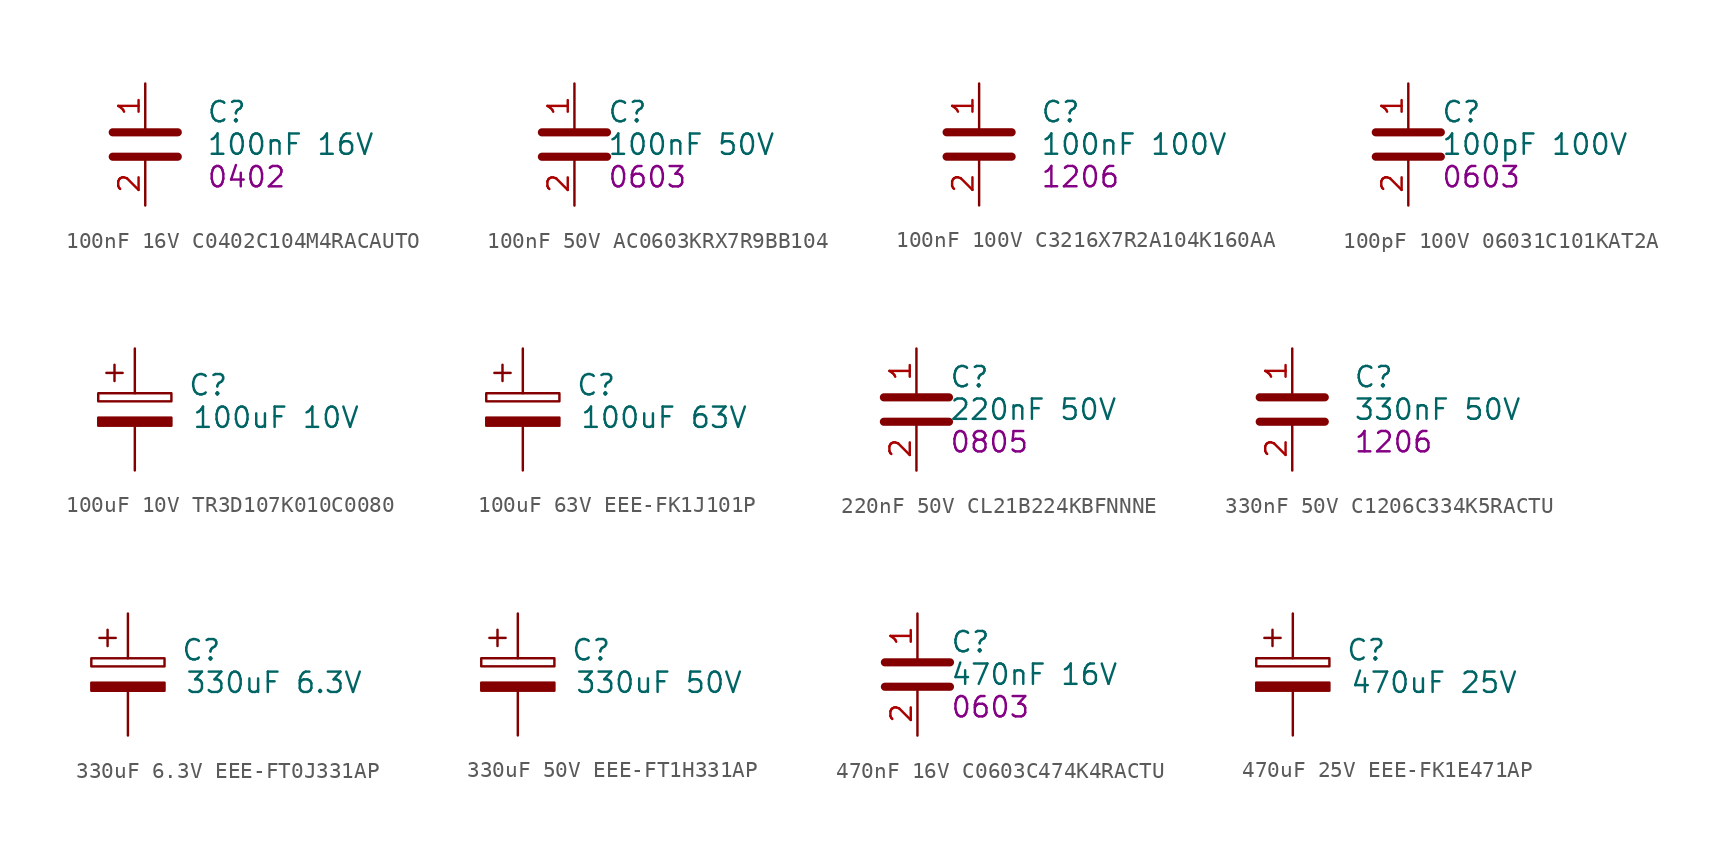
<source format=kicad_sym>
(kicad_symbol_lib
  (version 20241209)
  (generator "dmtdb")
  (generator_version "1.0")
  (symbol "100nF 16V C0402C104M4RACAUTO"
    (property "Reference" "C"
      (at 3.81 2.032 0)
      (effects (font (size 1.27 1.27)) (justify left)))
    (property "Value" "100nF 16V"
      (at 3.81 0 0)
      (effects (font (size 1.27 1.27)) (justify left)))
    (property "FOOTPRINT_SHORT" "0402"
      (at 3.81 -2.032 0)
      (effects (font (size 1.27 1.27)) (justify left)))
    (symbol "100nF 16V C0402C104M4RACAUTO_0_1"
      (polyline (pts (xy -2.032 0.762) (xy 2.032 0.762)) (stroke (width 0.508) (type default)) (fill (type none)))
      (polyline (pts (xy -2.032 -0.762) (xy 2.032 -0.762)) (stroke (width 0.508) (type default)) (fill (type none))))
    (symbol "100nF 16V C0402C104M4RACAUTO_1_1"
      (pin passive line (at 0 3.81 270) (length 2.794) (name "~" (effects (font (size 1.27 1.27)))) (number "1" (effects (font (size 1.27 1.27)))))
      (pin passive line (at 0 -3.81 90) (length 2.794) (name "~" (effects (font (size 1.27 1.27)))) (number "2" (effects (font (size 1.27 1.27)))))))
  (symbol "100nF 50V AC0603KRX7R9BB104"
    (property "Reference" "C"
      (at 2.032 2.032 0)
      (effects (font (size 1.27 1.27)) (justify left)))
    (property "Value" "100nF 50V"
      (at 2.032 0 0)
      (effects (font (size 1.27 1.27)) (justify left)))
    (property "FOOTPRINT_SHORT" "0603"
      (at 2.032 -2.032 0)
      (effects (font (size 1.27 1.27)) (justify left)))
    (symbol "100nF 50V AC0603KRX7R9BB104_0_1"
      (polyline (pts (xy -2.032 -0.762) (xy 2.032 -0.762)) (stroke (width 0.508) (type default)) (fill (type none)))
      (polyline (pts (xy -2.032 0.762) (xy 2.032 0.762)) (stroke (width 0.508) (type default)) (fill (type none))))
    (symbol "100nF 50V AC0603KRX7R9BB104_1_1"
      (pin passive line (at 0 3.81 270) (length 2.794) (name "~" (effects (font (size 1.27 1.27)))) (number "1" (effects (font (size 1.27 1.27)))))
      (pin passive line (at 0 -3.81 90) (length 2.794) (name "~" (effects (font (size 1.27 1.27)))) (number "2" (effects (font (size 1.27 1.27)))))))
  (symbol "100nF 100V C3216X7R2A104K160AA"
    (property "Reference" "C"
      (at 3.81 2.032 0)
      (effects (font (size 1.27 1.27)) (justify left)))
    (property "Value" "100nF 100V"
      (at 3.81 0 0)
      (effects (font (size 1.27 1.27)) (justify left)))
    (property "FOOTPRINT_SHORT" "1206"
      (at 3.81 -2.032 0)
      (effects (font (size 1.27 1.27)) (justify left)))
    (symbol "100nF 100V C3216X7R2A104K160AA_0_1"
      (polyline (pts (xy -2.032 0.762) (xy 2.032 0.762)) (stroke (width 0.508) (type default)) (fill (type none)))
      (polyline (pts (xy -2.032 -0.762) (xy 2.032 -0.762)) (stroke (width 0.508) (type default)) (fill (type none))))
    (symbol "100nF 100V C3216X7R2A104K160AA_1_1"
      (pin passive line (at 0 3.81 270) (length 2.794) (name "~" (effects (font (size 1.27 1.27)))) (number "1" (effects (font (size 1.27 1.27)))))
      (pin passive line (at 0 -3.81 90) (length 2.794) (name "~" (effects (font (size 1.27 1.27)))) (number "2" (effects (font (size 1.27 1.27)))))))
  (symbol "100pF 100V 06031C101KAT2A"
    (property "Reference" "C"
      (at 2.032 2.032 0)
      (effects (font (size 1.27 1.27)) (justify left)))
    (property "Value" "100pF 100V"
      (at 2.032 0 0)
      (effects (font (size 1.27 1.27)) (justify left)))
    (property "FOOTPRINT_SHORT" "0603"
      (at 2.032 -2.032 0)
      (effects (font (size 1.27 1.27)) (justify left)))
    (symbol "100pF 100V 06031C101KAT2A_0_1"
      (polyline (pts (xy -2.032 -0.762) (xy 2.032 -0.762)) (stroke (width 0.508) (type default)) (fill (type none)))
      (polyline (pts (xy -2.032 0.762) (xy 2.032 0.762)) (stroke (width 0.508) (type default)) (fill (type none))))
    (symbol "100pF 100V 06031C101KAT2A_1_1"
      (pin passive line (at 0 3.81 270) (length 2.794) (name "~" (effects (font (size 1.27 1.27)))) (number "1" (effects (font (size 1.27 1.27)))))
      (pin passive line (at 0 -3.81 90) (length 2.794) (name "~" (effects (font (size 1.27 1.27)))) (number "2" (effects (font (size 1.27 1.27)))))))
  (symbol "100uF 10V TR3D107K010C0080"
    (property "Reference" "C"
      (at 3.302 1.524 0)
      (effects (font (size 1.27 1.27)) (justify left)))
    (property "Value" "100uF 10V"
      (at 3.556 -0.508 0)
      (effects (font (size 1.27 1.27)) (justify left)))
    (symbol "100uF 10V TR3D107K010C0080_0_1"
      (rectangle (start -2.286 0.508) (end 2.286 1.016) (stroke (width 0) (type default)) (fill (type none)))
      (polyline (pts (xy -1.778 2.286) (xy -0.762 2.286)) (stroke (width 0) (type default)) (fill (type none)))
      (polyline (pts (xy -1.27 2.794) (xy -1.27 1.778)) (stroke (width 0) (type default)) (fill (type none)))
      (rectangle (start 2.286 -0.508) (end -2.286 -1.016) (stroke (width 0) (type default)) (fill (type outline))))
    (symbol "100uF 10V TR3D107K010C0080_1_1"
      (pin passive line (at 0 3.81 270) (length 2.794) (name "~" (effects (font (size 1.27 1.27)))) (number "1" (effects (font (size 0 0)))))
      (pin passive line (at 0 -3.81 90) (length 2.794) (name "~" (effects (font (size 1.27 1.27)))) (number "2" (effects (font (size 0 0)))))))
  (symbol "100uF 63V EEE-FK1J101P"
    (property "Reference" "C"
      (at 3.302 1.524 0)
      (effects (font (size 1.27 1.27)) (justify left)))
    (property "Value" "100uF 63V"
      (at 3.556 -0.508 0)
      (effects (font (size 1.27 1.27)) (justify left)))
    (symbol "100uF 63V EEE-FK1J101P_0_1"
      (rectangle (start -2.286 0.508) (end 2.286 1.016) (stroke (width 0) (type default)) (fill (type none)))
      (polyline (pts (xy -1.778 2.286) (xy -0.762 2.286)) (stroke (width 0) (type default)) (fill (type none)))
      (polyline (pts (xy -1.27 2.794) (xy -1.27 1.778)) (stroke (width 0) (type default)) (fill (type none)))
      (rectangle (start 2.286 -0.508) (end -2.286 -1.016) (stroke (width 0) (type default)) (fill (type outline))))
    (symbol "100uF 63V EEE-FK1J101P_1_1"
      (pin passive line (at 0 3.81 270) (length 2.794) (name "~" (effects (font (size 1.27 1.27)))) (number "1" (effects (font (size 0 0)))))
      (pin passive line (at 0 -3.81 90) (length 2.794) (name "~" (effects (font (size 1.27 1.27)))) (number "2" (effects (font (size 0 0)))))))
  (symbol "220nF 50V CL21B224KBFNNNE"
    (property "Reference" "C"
      (at 2.032 2.032 0)
      (effects (font (size 1.27 1.27)) (justify left)))
    (property "Value" "220nF 50V"
      (at 2.032 0 0)
      (effects (font (size 1.27 1.27)) (justify left)))
    (property "FOOTPRINT_SHORT" "0805"
      (at 2.032 -2.032 0)
      (effects (font (size 1.27 1.27)) (justify left)))
    (symbol "220nF 50V CL21B224KBFNNNE_0_1"
      (polyline (pts (xy -2.032 -0.762) (xy 2.032 -0.762)) (stroke (width 0.508) (type default)) (fill (type none)))
      (polyline (pts (xy -2.032 0.762) (xy 2.032 0.762)) (stroke (width 0.508) (type default)) (fill (type none))))
    (symbol "220nF 50V CL21B224KBFNNNE_1_1"
      (pin passive line (at 0 3.81 270) (length 2.794) (name "~" (effects (font (size 1.27 1.27)))) (number "1" (effects (font (size 1.27 1.27)))))
      (pin passive line (at 0 -3.81 90) (length 2.794) (name "~" (effects (font (size 1.27 1.27)))) (number "2" (effects (font (size 1.27 1.27)))))))
  (symbol "330nF 50V C1206C334K5RACTU"
    (property "Reference" "C"
      (at 3.81 2.032 0)
      (effects (font (size 1.27 1.27)) (justify left)))
    (property "Value" "330nF 50V"
      (at 3.81 0 0)
      (effects (font (size 1.27 1.27)) (justify left)))
    (property "FOOTPRINT_SHORT" "1206"
      (at 3.81 -2.032 0)
      (effects (font (size 1.27 1.27)) (justify left)))
    (symbol "330nF 50V C1206C334K5RACTU_0_1"
      (polyline (pts (xy -2.032 0.762) (xy 2.032 0.762)) (stroke (width 0.508) (type default)) (fill (type none)))
      (polyline (pts (xy -2.032 -0.762) (xy 2.032 -0.762)) (stroke (width 0.508) (type default)) (fill (type none))))
    (symbol "330nF 50V C1206C334K5RACTU_1_1"
      (pin passive line (at 0 3.81 270) (length 2.794) (name "~" (effects (font (size 1.27 1.27)))) (number "1" (effects (font (size 1.27 1.27)))))
      (pin passive line (at 0 -3.81 90) (length 2.794) (name "~" (effects (font (size 1.27 1.27)))) (number "2" (effects (font (size 1.27 1.27)))))))
  (symbol "330uF 6.3V EEE-FT0J331AP"
    (property "Reference" "C"
      (at 3.302 1.524 0)
      (effects (font (size 1.27 1.27)) (justify left)))
    (property "Value" "330uF 6.3V"
      (at 3.556 -0.508 0)
      (effects (font (size 1.27 1.27)) (justify left)))
    (symbol "330uF 6.3V EEE-FT0J331AP_0_1"
      (rectangle (start -2.286 0.508) (end 2.286 1.016) (stroke (width 0) (type default)) (fill (type none)))
      (polyline (pts (xy -1.778 2.286) (xy -0.762 2.286)) (stroke (width 0) (type default)) (fill (type none)))
      (polyline (pts (xy -1.27 2.794) (xy -1.27 1.778)) (stroke (width 0) (type default)) (fill (type none)))
      (rectangle (start 2.286 -0.508) (end -2.286 -1.016) (stroke (width 0) (type default)) (fill (type outline))))
    (symbol "330uF 6.3V EEE-FT0J331AP_1_1"
      (pin passive line (at 0 3.81 270) (length 2.794) (name "~" (effects (font (size 1.27 1.27)))) (number "1" (effects (font (size 0 0)))))
      (pin passive line (at 0 -3.81 90) (length 2.794) (name "~" (effects (font (size 1.27 1.27)))) (number "2" (effects (font (size 0 0)))))))
  (symbol "330uF 50V EEE-FT1H331AP"
    (property "Reference" "C"
      (at 3.302 1.524 0)
      (effects (font (size 1.27 1.27)) (justify left)))
    (property "Value" "330uF 50V"
      (at 3.556 -0.508 0)
      (effects (font (size 1.27 1.27)) (justify left)))
    (symbol "330uF 50V EEE-FT1H331AP_0_1"
      (rectangle (start -2.286 0.508) (end 2.286 1.016) (stroke (width 0) (type default)) (fill (type none)))
      (polyline (pts (xy -1.778 2.286) (xy -0.762 2.286)) (stroke (width 0) (type default)) (fill (type none)))
      (polyline (pts (xy -1.27 2.794) (xy -1.27 1.778)) (stroke (width 0) (type default)) (fill (type none)))
      (rectangle (start 2.286 -0.508) (end -2.286 -1.016) (stroke (width 0) (type default)) (fill (type outline))))
    (symbol "330uF 50V EEE-FT1H331AP_1_1"
      (pin passive line (at 0 3.81 270) (length 2.794) (name "~" (effects (font (size 1.27 1.27)))) (number "1" (effects (font (size 0 0)))))
      (pin passive line (at 0 -3.81 90) (length 2.794) (name "~" (effects (font (size 1.27 1.27)))) (number "2" (effects (font (size 0 0)))))))
  (symbol "470nF 16V C0603C474K4RACTU"
    (property "Reference" "C"
      (at 2.032 2.032 0)
      (effects (font (size 1.27 1.27)) (justify left)))
    (property "Value" "470nF 16V"
      (at 2.032 0 0)
      (effects (font (size 1.27 1.27)) (justify left)))
    (property "FOOTPRINT_SHORT" "0603"
      (at 2.032 -2.032 0)
      (effects (font (size 1.27 1.27)) (justify left)))
    (symbol "470nF 16V C0603C474K4RACTU_0_1"
      (polyline (pts (xy -2.032 -0.762) (xy 2.032 -0.762)) (stroke (width 0.508) (type default)) (fill (type none)))
      (polyline (pts (xy -2.032 0.762) (xy 2.032 0.762)) (stroke (width 0.508) (type default)) (fill (type none))))
    (symbol "470nF 16V C0603C474K4RACTU_1_1"
      (pin passive line (at 0 3.81 270) (length 2.794) (name "~" (effects (font (size 1.27 1.27)))) (number "1" (effects (font (size 1.27 1.27)))))
      (pin passive line (at 0 -3.81 90) (length 2.794) (name "~" (effects (font (size 1.27 1.27)))) (number "2" (effects (font (size 1.27 1.27)))))))
  (symbol "470uF 25V EEE-FK1E471AP"
    (property "Reference" "C"
      (at 3.302 1.524 0)
      (effects (font (size 1.27 1.27)) (justify left)))
    (property "Value" "470uF 25V"
      (at 3.556 -0.508 0)
      (effects (font (size 1.27 1.27)) (justify left)))
    (symbol "470uF 25V EEE-FK1E471AP_0_1"
      (rectangle (start -2.286 0.508) (end 2.286 1.016) (stroke (width 0) (type default)) (fill (type none)))
      (polyline (pts (xy -1.778 2.286) (xy -0.762 2.286)) (stroke (width 0) (type default)) (fill (type none)))
      (polyline (pts (xy -1.27 2.794) (xy -1.27 1.778)) (stroke (width 0) (type default)) (fill (type none)))
      (rectangle (start 2.286 -0.508) (end -2.286 -1.016) (stroke (width 0) (type default)) (fill (type outline))))
    (symbol "470uF 25V EEE-FK1E471AP_1_1"
      (pin passive line (at 0 3.81 270) (length 2.794) (name "~" (effects (font (size 1.27 1.27)))) (number "1" (effects (font (size 0 0)))))
      (pin passive line (at 0 -3.81 90) (length 2.794) (name "~" (effects (font (size 1.27 1.27)))) (number "2" (effects (font (size 0 0))))))))
</source>
